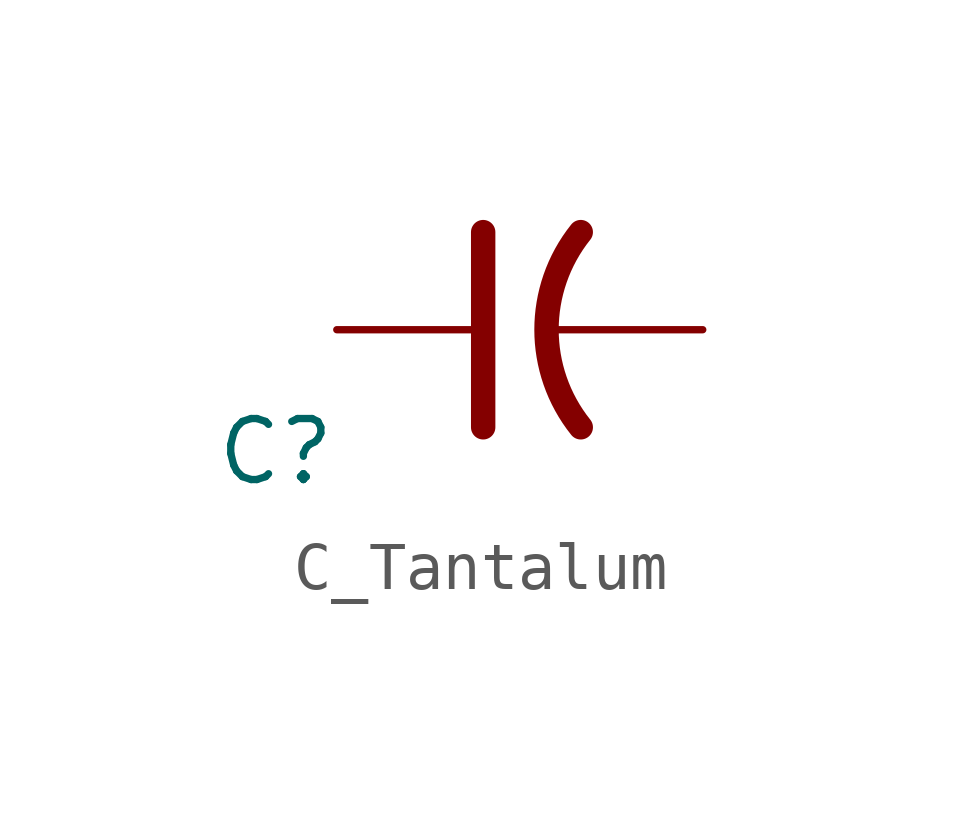
<source format=kicad_sym>
(kicad_symbol_lib
  (version 20231120)
  (generator "kicad_symbol_editor")
  (generator_version "8.0")
  (symbol "C_Tantalum"
    (pin_numbers hide)
    (pin_names
      (offset 0) hide)
    (property "Reference" "C"
      (at 0 0 0)
      (effects (font (size 1.27 1.27))))
    (property "Value" ""
      (at 0 0 0)
      (effects (font (size 1.27 1.27))))
    (symbol "C_Tantalum_0_1"
      (polyline (pts (xy 4.318 0.508) (xy 4.318 4.572)) (stroke (width 0.508) (type default)) (fill (type none)))
      (arc (start 6.35 4.572) (mid 5.6372 2.54) (end 6.35 0.508) (stroke (width 0.508) (type default)) (fill (type none))))
    (symbol "C_Tantalum_1_1"
      (pin passive line (at 1.27 2.54 0) (length 2.794) (name "~" (effects (font (size 1.27 1.27)))) (number "1" (effects (font (size 1.27 1.27)))))
      (pin passive line (at 8.89 2.54 180) (length 3.302) (name "~" (effects (font (size 1.27 1.27)))) (number "2" (effects (font (size 1.27 1.27))))))))
</source>
